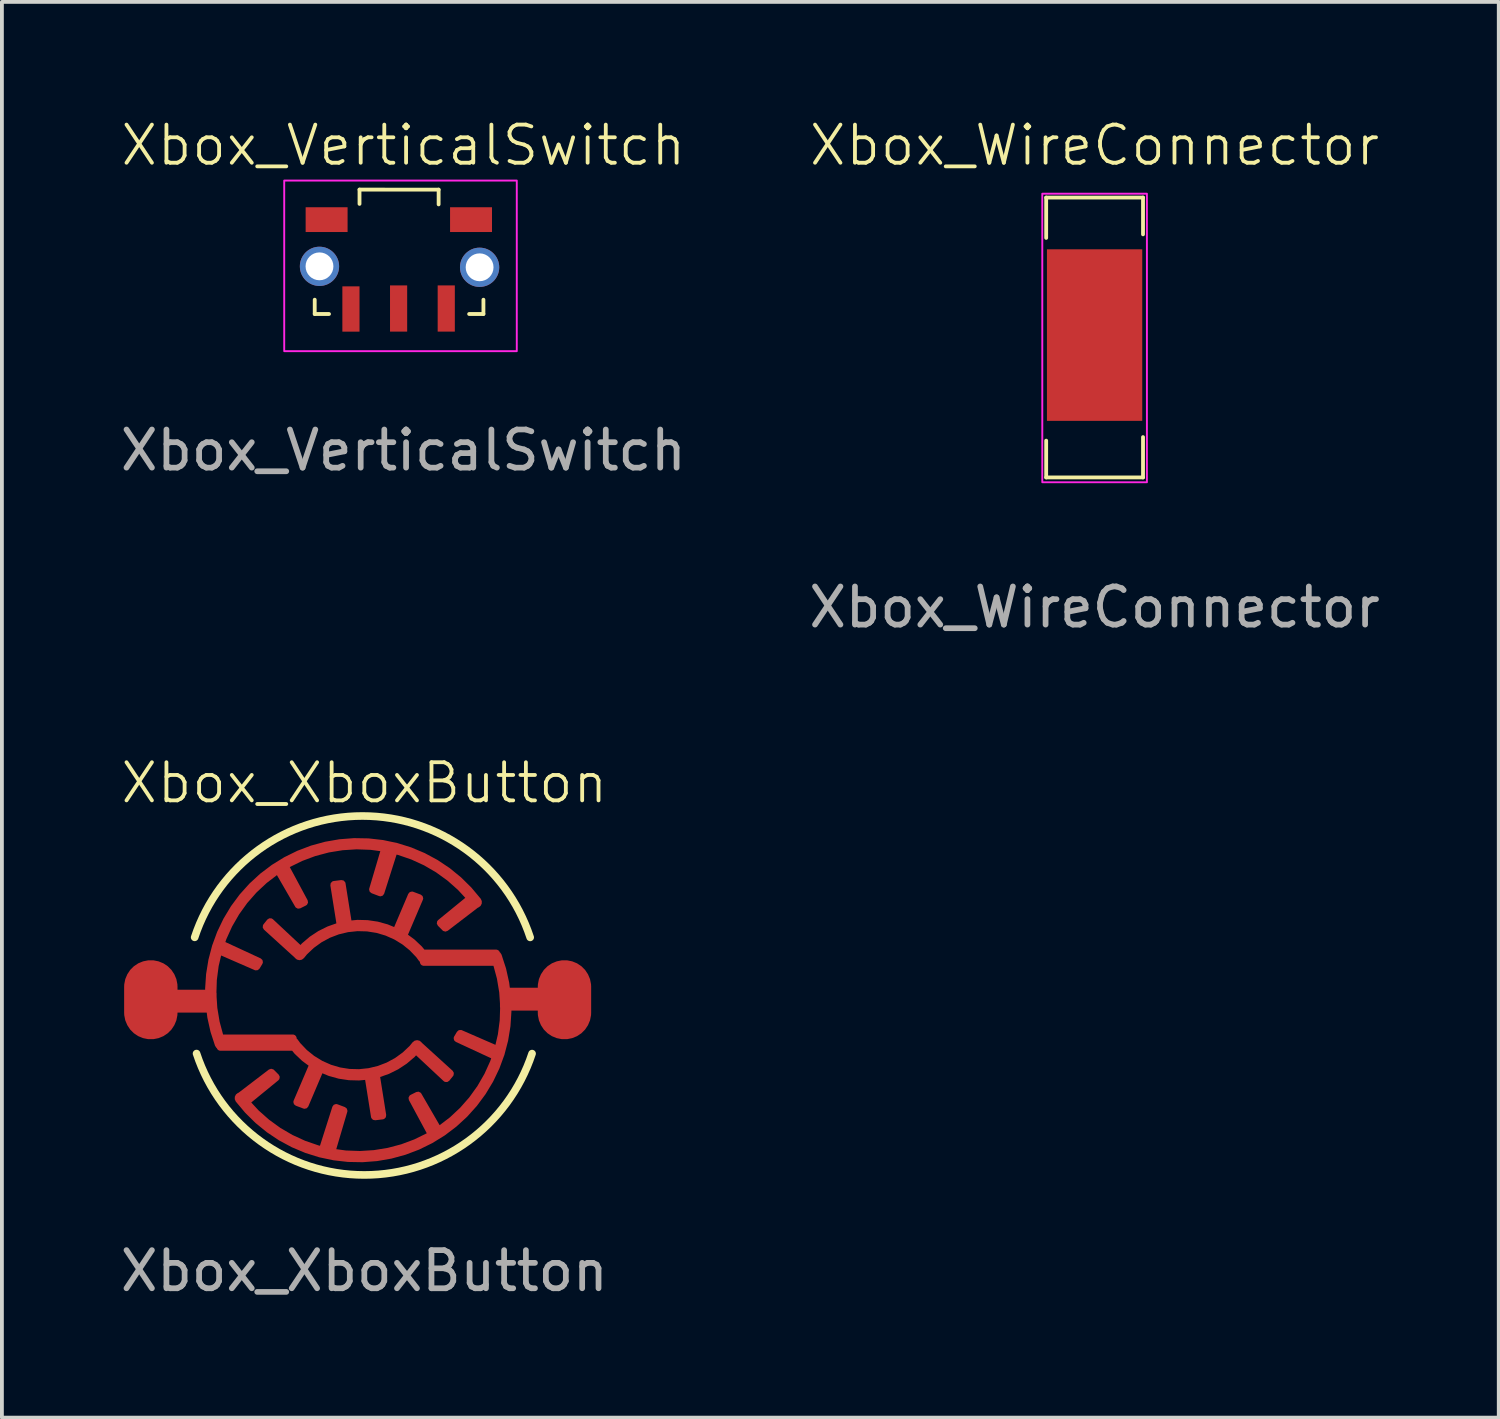
<source format=kicad_pcb>
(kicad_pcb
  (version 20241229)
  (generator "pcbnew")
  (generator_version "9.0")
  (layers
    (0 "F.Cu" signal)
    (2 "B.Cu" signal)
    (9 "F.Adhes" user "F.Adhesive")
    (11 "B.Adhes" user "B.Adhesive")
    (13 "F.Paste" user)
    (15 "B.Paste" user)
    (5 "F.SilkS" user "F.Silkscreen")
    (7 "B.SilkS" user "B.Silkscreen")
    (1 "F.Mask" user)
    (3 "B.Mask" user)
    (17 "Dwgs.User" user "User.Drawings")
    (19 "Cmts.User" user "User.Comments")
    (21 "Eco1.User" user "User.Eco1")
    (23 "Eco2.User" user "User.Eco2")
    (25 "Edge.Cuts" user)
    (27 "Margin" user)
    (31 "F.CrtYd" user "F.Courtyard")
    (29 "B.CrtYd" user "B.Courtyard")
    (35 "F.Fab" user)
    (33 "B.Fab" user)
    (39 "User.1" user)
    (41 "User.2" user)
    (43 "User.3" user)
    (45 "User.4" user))
  (footprint "Xbox_WireConnector"
    (layer "F.Cu")
    (at 25.661 5.739)
    (property "Reference" "Xbox_WireConnector" (at 0 -4.978 0) (unlocked yes) (layer "F.SilkS") (effects (font (size 1 1) (thickness 0.1))))
    (attr smd)
    (fp_line (start -1.27 -3.607) (end 1.27 -3.607) (stroke (width 0.1) (type default)) (layer "F.SilkS"))
    (fp_line (start -1.27 -2.549) (end -1.27 -3.607) (stroke (width 0.1) (type default)) (layer "F.SilkS"))
    (fp_line (start -1.27 3.734) (end -1.27 2.769) (stroke (width 0.1) (type default)) (layer "F.SilkS"))
    (fp_line (start 1.27 -3.607) (end 1.27 -2.642) (stroke (width 0.1) (type default)) (layer "F.SilkS"))
    (fp_line (start 1.27 2.676) (end 1.27 3.734) (stroke (width 0.1) (type default)) (layer "F.SilkS"))
    (fp_line (start 1.27 3.734) (end -1.27 3.734) (stroke (width 0.1) (type default)) (layer "F.SilkS"))
    (fp_rect (start -1.372 -3.708) (end 1.372 3.861) (stroke (width 0.05) (type default)) (fill no) (layer "F.CrtYd"))
    (fp_text user "${REFERENCE}" (at 0 7.139 0) (unlocked yes) (layer "F.Fab") (effects (font (size 1 1) (thickness 0.15))))
    (pad "1" smd rect (at 0 0) (size 2.5 4.5) (layers "F.Cu" "F.Mask" "F.Paste")))
  (footprint "Xbox_VerticalSwitch"
    (layer "F.Cu")
    (at 7.53 3.586)
    (property "Reference" "Xbox_VerticalSwitch" (at 0 -2.825 0) (unlocked yes) (layer "F.SilkS") (effects (font (size 1 1) (thickness 0.1))))
    (attr through_hole)
    (fp_line (start -2.325 1.225) (end -2.325 1.6) (stroke (width 0.1) (type default)) (layer "F.SilkS"))
    (fp_line (start -2.325 1.6) (end -1.95 1.6) (stroke (width 0.1) (type default)) (layer "F.SilkS"))
    (fp_line (start -1.15 -1.663) (end -1.15 -1.288) (stroke (width 0.1) (type default)) (layer "F.SilkS"))
    (fp_line (start -1.15 -1.663) (end 0.925 -1.662) (stroke (width 0.1) (type default)) (layer "F.SilkS"))
    (fp_line (start 0.925 -1.662) (end 0.925 -1.275) (stroke (width 0.1) (type default)) (layer "F.SilkS"))
    (fp_line (start 1.725 1.6) (end 2.1 1.6) (stroke (width 0.1) (type default)) (layer "F.SilkS"))
    (fp_line (start 2.1 1.6) (end 2.1 1.225) (stroke (width 0.1) (type default)) (layer "F.SilkS"))
    (fp_rect (start -3.125 -1.9) (end 2.975 2.575) (stroke (width 0.05) (type default)) (fill no) (layer "F.CrtYd"))
    (fp_text user "${REFERENCE}" (at 0 5.175 0) (unlocked yes) (layer "F.Fab") (effects (font (size 1 1) (thickness 0.15))))
    (pad "" thru_hole circle (at -2.2 0.35) (size 1.03 1.03) (drill 0.73) (layers "*.Cu" "*.Mask"))
    (pad "" smd rect (at -2.013 -0.875 270) (size 0.65 1.1) (layers "F.Cu" "F.Mask" "F.Paste"))
    (pad "" smd rect (at 1.775 -0.875 90) (size 0.65 1.1) (layers "F.Cu" "F.Mask" "F.Paste"))
    (pad "" thru_hole circle (at 2 0.375) (size 1.03 1.03) (drill 0.73) (layers "*.Cu" "*.Mask"))
    (pad "1" smd rect (at -1.375 1.469) (size 0.45 1.188) (layers "F.Cu" "F.Mask" "F.Paste"))
    (pad "1" smd rect (at 1.125 1.456) (size 0.45 1.212) (layers "F.Cu" "F.Mask" "F.Paste"))
    (pad "2" smd rect (at -0.125 1.456) (size 0.45 1.212) (layers "F.Cu" "F.Mask" "F.Paste")))
  (footprint "Xbox_XboxButton"
    (layer "F.Cu")
    (at 6.506 23.136)
    (property "Reference" "Xbox_XboxButton" (at 0 -5.65 0) (unlocked yes) (layer "F.SilkS") (effects (font (size 1 1) (thickness 0.1))))
    (attr smd allow_missing_courtyard)
    (fp_arc (start -4.449999 -1.6) (mid -0.049262 -4.782763) (end 4.350461 -1.598599) (stroke (width 0.2) (type default)) (layer "F.SilkS"))
    (fp_arc (start 4.4 1.45) (mid -0.000737 4.632764) (end -4.40046 1.448599) (stroke (width 0.2) (type default)) (layer "F.SilkS"))
    (fp_text user "${REFERENCE}" (at 0 7.15 0) (unlocked yes) (layer "F.Fab") (effects (font (size 1 1) (thickness 0.15))))
    (pad "1" smd custom (at -5.6 0.037) (size 1.4 1.4) (layers "F.Cu" "F.Mask" "F.Paste") (options (anchor circle)) (primitives (gr_poly (pts (xy 0.697 0.406) (xy 0.67 0.541) (xy 0.617 0.667) (xy 0.541 0.782) (xy 0.444 0.879) (xy 0.33 0.955) (xy 0.203 1.007) (xy 0.069 1.034) (xy -0.069 1.034) (xy -0.203 1.007) (xy -0.33 0.955) (xy -0.444 0.879) (xy -0.541 0.782) (xy -0.617 0.667) (xy -0.67 0.541) (xy -0.697 0.406) (xy -0.7 0.338) (xy -0.7 -0.338) (xy -0.697 -0.406) (xy -0.67 -0.541) (xy -0.617 -0.667) (xy -0.541 -0.782) (xy -0.444 -0.879) (xy -0.33 -0.955) (xy -0.203 -1.007) (xy -0.069 -1.034) (xy 0.069 -1.034) (xy 0.203 -1.007) (xy 0.33 -0.955) (xy 0.444 -0.879) (xy 0.541 -0.782) (xy 0.617 -0.667) (xy 0.67 -0.541) (xy 0.697 -0.406) (xy 0.7 -0.338) (xy 0.7 0.338)) (width 0) (fill yes)) (gr_rect (start 0.675 -0.163) (end 1.625 0.237) (width 0.2) (fill yes)) (gr_arc (start 1.825 1.154949) (mid 3.572197 -3.606558) (end 8.534489 -2.557608) (width 0.3)) (gr_poly (pts (xy 8.425 -2.688) (xy 7.6 -2.013) (xy 7.725 -1.887) (xy 8.575 -2.538)) (width 0.2) (fill yes)) (gr_poly (pts (xy 6.025 -2.812) (xy 6.375 -3.913) (xy 6.15 -3.987) (xy 5.825 -2.888)) (width 0.2) (fill yes)) (gr_poly (pts (xy 3.325 -3.438) (xy 3.875 -2.487) (xy 4.025 -2.562) (xy 3.5 -3.538)) (width 0.2) (fill yes)) (gr_poly (pts (xy 1.791 -1.293) (xy 2.766 -0.868) (xy 2.841 -0.993) (xy 1.816 -1.468)) (width 0.2) (fill yes)) (gr_rect (start 1.825 1.012) (end 3.725 1.238) (width 0.2) (fill yes)) (gr_arc (start 6.983149 1.209837) (mid 5.333228 1.968031) (end 3.725001 1.124999) (width 0.3)) (gr_poly (pts (xy 7.85 1.938) (xy 7.025 1.188) (xy 6.925 1.291) (xy 7.75 2.062)) (width 0.2) (fill yes)) (gr_poly (pts (xy 6.075 3.038) (xy 5.9 1.938) (xy 5.7 1.962) (xy 5.875 3.062)) (width 0.2) (fill yes)) (gr_poly (pts (xy 4.038 2.761) (xy 4.463 1.761) (xy 4.275 1.663) (xy 3.838 2.686)) (width 0.2) (fill yes))))
    (pad "2" smd custom (at 5.25 0.037) (size 1.4 1.4) (layers "F.Cu" "F.Mask" "F.Paste") (options (anchor circle)) (primitives (gr_poly (pts (xy 0.697 0.406) (xy 0.67 0.541) (xy 0.617 0.667) (xy 0.541 0.782) (xy 0.444 0.879) (xy 0.33 0.955) (xy 0.203 1.007) (xy 0.069 1.034) (xy -0.069 1.034) (xy -0.203 1.007) (xy -0.33 0.955) (xy -0.444 0.879) (xy -0.541 0.782) (xy -0.617 0.667) (xy -0.67 0.541) (xy -0.697 0.406) (xy -0.7 0.338) (xy -0.7 -0.338) (xy -0.697 -0.406) (xy -0.67 -0.541) (xy -0.617 -0.667) (xy -0.541 -0.782) (xy -0.444 -0.879) (xy -0.33 -0.955) (xy -0.203 -1.007) (xy -0.069 -1.034) (xy 0.069 -1.034) (xy 0.203 -1.007) (xy 0.33 -0.955) (xy 0.444 -0.879) (xy 0.541 -0.782) (xy 0.617 -0.667) (xy 0.67 -0.541) (xy 0.697 -0.406) (xy 0.7 -0.338) (xy 0.7 0.338)) (width 0) (fill yes)) (gr_rect (start -1.592 -0.215) (end -0.642 0.185) (width 0.2) (fill yes)) (gr_arc (start -1.791851 -1.132612) (mid -3.539048 3.628895) (end -8.50134 2.579945) (width 0.3)) (gr_poly (pts (xy -8.392 2.71) (xy -7.567 2.035) (xy -7.692 1.91) (xy -8.542 2.56)) (width 0.2) (fill yes)) (gr_poly (pts (xy -5.992 2.835) (xy -6.342 3.935) (xy -6.117 4.01) (xy -5.792 2.91)) (width 0.2) (fill yes)) (gr_poly (pts (xy -3.292 3.46) (xy -3.842 2.51) (xy -3.992 2.585) (xy -3.467 3.56)) (width 0.2) (fill yes)) (gr_poly (pts (xy -1.758 1.315) (xy -2.733 0.89) (xy -2.808 1.015) (xy -1.783 1.49)) (width 0.2) (fill yes)) (gr_rect (start -3.692 -1.215) (end -1.792 -0.99) (width 0.2) (fill yes)) (gr_arc (start -6.95 -1.1875) (mid -5.300079 -1.945694) (end -3.691852 -1.102662) (width 0.3)) (gr_poly (pts (xy -7.817 -1.915) (xy -6.992 -1.165) (xy -6.892 -1.269) (xy -7.717 -2.04)) (width 0.2) (fill yes)) (gr_poly (pts (xy -6.042 -3.015) (xy -5.867 -1.915) (xy -5.667 -1.94) (xy -5.842 -3.04)) (width 0.2) (fill yes)) (gr_poly (pts (xy -4.005 -2.739) (xy -4.43 -1.739) (xy -4.242 -1.64) (xy -3.805 -2.664)) (width 0.2) (fill yes))))
    (zone (net_name "") (layer "F.Cu") (hatch edge 0.5) (connect_pads) (min_thickness 0.25) (filled_areas_thickness no) (keepout (tracks allowed) (vias allowed) (pads allowed) (copperpour not_allowed) (footprints allowed)) (placement (enabled no)) (fill) (polygon (pts (xy 10.756 23.011) (xy 10.736 22.602) (xy 10.678 22.197) (xy 10.582 21.799) (xy 10.448 21.412) (xy 10.278 21.04) (xy 10.073 20.685) (xy 9.835 20.352) (xy 9.567 20.042) (xy 9.271 19.76) (xy 8.949 19.507) (xy 8.605 19.285) (xy 8.241 19.098) (xy 7.861 18.945) (xy 7.468 18.83) (xy 7.066 18.753) (xy 6.658 18.714) (xy 6.249 18.714) (xy 5.841 18.753) (xy 5.439 18.83) (xy 5.046 18.945) (xy 4.666 19.098) (xy 4.302 19.285) (xy 3.958 19.507) (xy 3.636 19.76) (xy 3.339 20.042) (xy 3.071 20.352) (xy 2.834 20.685) (xy 2.629 21.04) (xy 2.459 21.412) (xy 2.325 21.799) (xy 2.228 22.197) (xy 2.17 22.602) (xy 2.151 23.011) (xy 2.17 23.42) (xy 2.228 23.826) (xy 2.325 24.224) (xy 2.459 24.611) (xy 2.629 24.983) (xy 2.834 25.338) (xy 3.071 25.671) (xy 3.339 25.981) (xy 3.636 26.263) (xy 3.958 26.516) (xy 4.302 26.738) (xy 4.666 26.925) (xy 5.046 27.077) (xy 5.439 27.193) (xy 5.841 27.27) (xy 6.249 27.309) (xy 6.658 27.309) (xy 7.066 27.27) (xy 7.468 27.193) (xy 7.861 27.077) (xy 8.241 26.925) (xy 8.605 26.738) (xy 8.949 26.516) (xy 9.271 26.263) (xy 9.567 25.981) (xy 9.835 25.671) (xy 10.073 25.338) (xy 10.278 24.983) (xy 10.448 24.611) (xy 10.582 24.224) (xy 10.678 23.826) (xy 10.736 23.42)))))
  (gr_rect
    (start -3 -3)
    (end 36.262 34.135)
    (stroke (width 0.1) (type default))
    (fill no)
    (layer "Edge.Cuts")))
</source>
